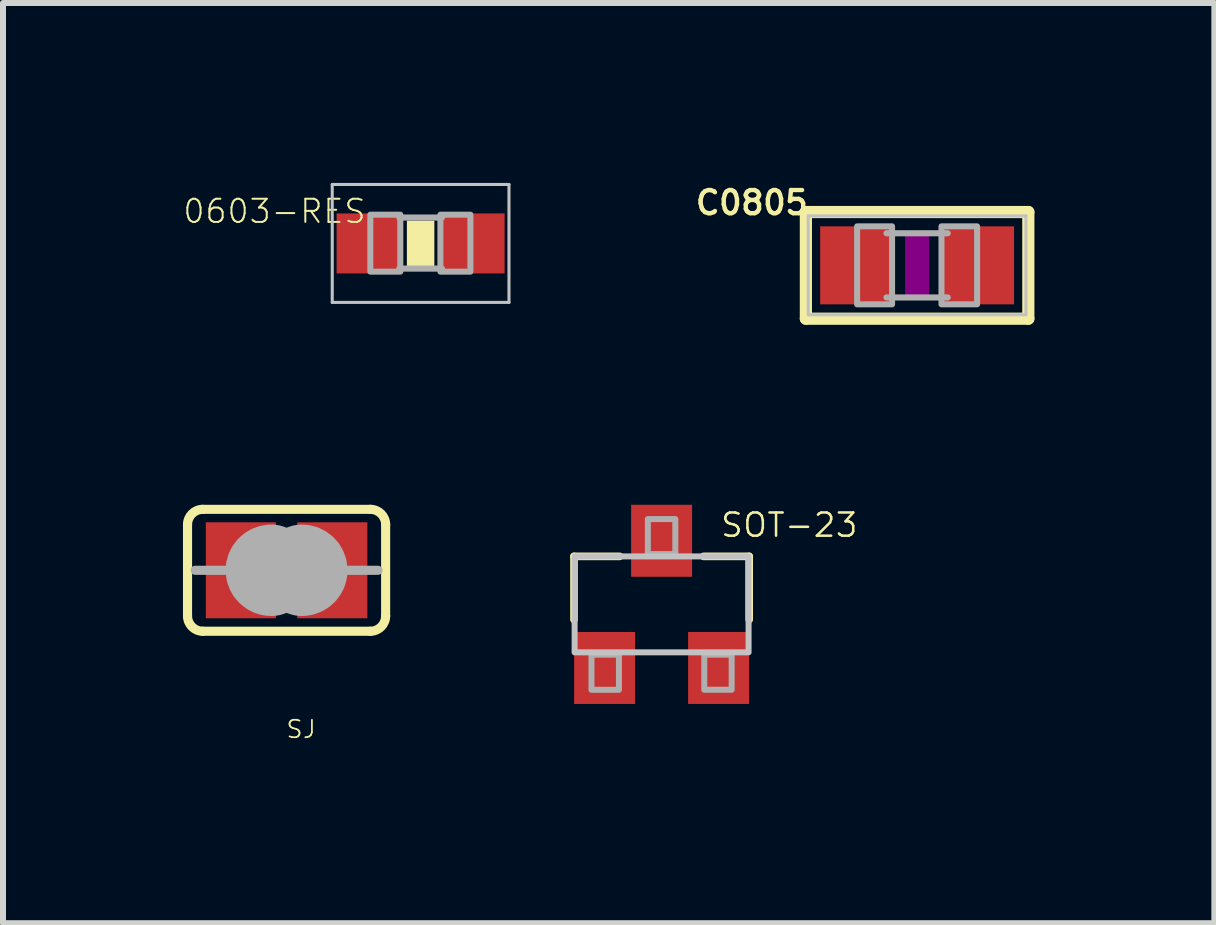
<source format=kicad_pcb>
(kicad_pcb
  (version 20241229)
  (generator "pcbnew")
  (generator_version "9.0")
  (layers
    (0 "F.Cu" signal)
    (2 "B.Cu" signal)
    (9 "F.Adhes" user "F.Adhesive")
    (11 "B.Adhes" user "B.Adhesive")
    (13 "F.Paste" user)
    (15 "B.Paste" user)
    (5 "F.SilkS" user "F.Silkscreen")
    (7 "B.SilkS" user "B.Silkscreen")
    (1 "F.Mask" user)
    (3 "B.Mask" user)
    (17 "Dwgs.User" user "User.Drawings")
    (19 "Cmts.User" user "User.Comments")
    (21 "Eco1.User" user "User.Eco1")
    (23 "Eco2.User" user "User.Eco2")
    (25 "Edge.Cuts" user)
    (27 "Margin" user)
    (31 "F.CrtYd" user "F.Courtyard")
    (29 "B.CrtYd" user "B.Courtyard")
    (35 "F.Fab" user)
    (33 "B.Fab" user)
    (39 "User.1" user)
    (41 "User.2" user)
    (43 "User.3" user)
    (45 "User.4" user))
  (footprint "SOT-23"
    (layer "F.Cu")
    (at 7.978 7.024)
    (property "Reference" "SOT-23" (at 0.961 -1.096 0) (layer "F.SilkS") (effects (font (size 0.386 0.386) (thickness 0.042)) (justify left bottom)))
    (attr through_hole)
    (fp_line (start -1.46 -0.8) (end -1.46 0.254) (stroke (width 0.127) (type solid)) (layer "F.SilkS"))
    (fp_line (start -0.699 -0.8) (end -1.46 -0.8) (stroke (width 0.127) (type solid)) (layer "F.SilkS"))
    (fp_line (start 1.46 -0.8) (end 0.699 -0.8) (stroke (width 0.127) (type solid)) (layer "F.SilkS"))
    (fp_line (start 1.46 0.254) (end 1.46 -0.8) (stroke (width 0.127) (type solid)) (layer "F.SilkS"))
    (fp_poly (pts (xy -1.45 0.8) (xy 1.45 0.8) (xy 1.45 -0.8) (xy -1.45 -0.8)) (stroke (width 0.1) (type solid)) (fill no) (layer "Dwgs.User"))
    (fp_poly (pts (xy -1.169 1.424) (xy -0.711 1.424) (xy -0.711 0.838) (xy -1.169 0.838)) (stroke (width 0.1) (type solid)) (fill no) (layer "F.Fab"))
    (fp_poly (pts (xy -0.229 -0.838) (xy 0.229 -0.838) (xy 0.229 -1.422) (xy -0.229 -1.422)) (stroke (width 0.1) (type solid)) (fill no) (layer "F.Fab"))
    (fp_poly (pts (xy 0.711 1.423) (xy 1.168 1.423) (xy 1.168 0.838) (xy 0.711 0.838)) (stroke (width 0.1) (type solid)) (fill no) (layer "F.Fab"))
    (pad "1" smd rect (at -0.95 1.06 180) (size 1.016 1.2) (layers "F.Cu" "F.Mask" "F.Paste"))
    (pad "2" smd rect (at 0.95 1.06) (size 1.016 1.2) (layers "F.Cu" "F.Mask" "F.Paste"))
    (pad "3" smd rect (at 0 -1.06) (size 1.016 1.2) (layers "F.Cu" "F.Mask" "F.Paste")))
  (footprint "SJ"
    (layer "F.Cu")
    (at 1.727 6.456)
    (property "Reference" "SJ" (at -0.025 2.819 0) (layer "F.SilkS") (effects (font (size 0.29 0.29) (thickness 0.029)) (justify left bottom)))
    (attr through_hole)
    (fp_poly (pts (xy -0.076 0.914) (xy 0.076 0.914) (xy 0.076 -0.914) (xy -0.076 -0.914)) (stroke (width 0) (type solid)) (fill yes) (layer "F.Mask"))
    (fp_line (start -1.651 0.762) (end -1.651 -0.762) (stroke (width 0.152) (type solid)) (layer "F.SilkS"))
    (fp_line (start -1.397 -1.016) (end 1.397 -1.016) (stroke (width 0.152) (type solid)) (layer "F.SilkS"))
    (fp_line (start 1.397 1.016) (end -1.397 1.016) (stroke (width 0.152) (type solid)) (layer "F.SilkS"))
    (fp_line (start 1.651 0.762) (end 1.651 -0.762) (stroke (width 0.152) (type solid)) (layer "F.SilkS"))
    (fp_arc (start -1.651 -0.762) (mid -1.576605 -0.941605) (end -1.397 -1.016) (stroke (width 0.1524) (type solid)) (layer "F.SilkS"))
    (fp_arc (start -1.397 1.016) (mid -1.576605 0.941605) (end -1.651 0.762) (stroke (width 0.1524) (type solid)) (layer "F.SilkS"))
    (fp_arc (start 1.397 -1.016) (mid 1.576605 -0.941605) (end 1.651 -0.762) (stroke (width 0.1524) (type solid)) (layer "F.SilkS"))
    (fp_arc (start 1.651 0.762) (mid 1.576605 0.941605) (end 1.397 1.016) (stroke (width 0.1524) (type solid)) (layer "F.SilkS"))
    (fp_line (start -1.016 0) (end -1.524 0) (stroke (width 0.152) (type solid)) (layer "F.Fab"))
    (fp_line (start 1.016 0) (end 1.524 0) (stroke (width 0.152) (type solid)) (layer "F.Fab"))
    (fp_arc (start -0.254 0.127) (mid -0.381 0) (end -0.254 -0.127) (stroke (width 1.27) (type solid)) (layer "F.Fab"))
    (fp_arc (start 0.254 -0.127) (mid 0.381 0) (end 0.254 0.127) (stroke (width 1.27) (type solid)) (layer "F.Fab"))
    (pad "1" smd rect (at -0.762 0) (size 1.168 1.6) (layers "F.Cu" "F.Mask" "F.Paste"))
    (pad "2" smd rect (at 0.762 0) (size 1.168 1.6) (layers "F.Cu" "F.Mask" "F.Paste")))
  (footprint "0603-RES"
    (layer "F.Cu")
    (at 3.961 1.008)
    (property "Reference" "0603-RES" (at -0.889 -0.762 0) (layer "F.SilkS") (effects (font (size 0.386 0.386) (thickness 0.033)) (justify right top)))
    (attr through_hole)
    (fp_poly (pts (xy -0.229 0.381) (xy 0.229 0.381) (xy 0.229 -0.381) (xy -0.229 -0.381)) (stroke (width 0) (type solid)) (fill yes) (layer "F.SilkS"))
    (fp_poly (pts (xy -0.2 0.3) (xy 0.2 0.3) (xy 0.2 -0.3) (xy -0.2 -0.3)) (stroke (width 0) (type solid)) (fill yes) (layer "F.Adhes"))
    (fp_line (start -1.473 -0.983) (end 1.473 -0.983) (stroke (width 0.051) (type solid)) (layer "Dwgs.User"))
    (fp_line (start -1.473 0.983) (end -1.473 -0.983) (stroke (width 0.051) (type solid)) (layer "Dwgs.User"))
    (fp_line (start 1.473 -0.983) (end 1.473 0.983) (stroke (width 0.051) (type solid)) (layer "Dwgs.User"))
    (fp_line (start 1.473 0.983) (end -1.473 0.983) (stroke (width 0.051) (type solid)) (layer "Dwgs.User"))
    (fp_line (start -0.356 -0.432) (end 0.356 -0.432) (stroke (width 0.102) (type solid)) (layer "F.Fab"))
    (fp_line (start -0.356 0.419) (end 0.356 0.419) (stroke (width 0.102) (type solid)) (layer "F.Fab"))
    (fp_poly (pts (xy -0.838 0.47) (xy -0.338 0.47) (xy -0.338 -0.48) (xy -0.838 -0.48)) (stroke (width 0.1) (type solid)) (fill no) (layer "F.Fab"))
    (fp_poly (pts (xy 0.33 0.47) (xy 0.83 0.47) (xy 0.83 -0.48) (xy 0.33 -0.48)) (stroke (width 0.1) (type solid)) (fill no) (layer "F.Fab"))
    (pad "1" smd rect (at -0.85 0) (size 1.1 1) (layers "F.Cu" "F.Mask" "F.Paste"))
    (pad "2" smd rect (at 0.85 0) (size 1.1 1) (layers "F.Cu" "F.Mask" "F.Paste")))
  (footprint "C0805"
    (layer "F.Cu")
    (at 12.237 1.373)
    (property "Reference" "C0805" (at -1.778 -1.27 0) (layer "F.SilkS") (effects (font (size 0.386 0.386) (thickness 0.073)) (justify right top)))
    (attr through_hole)
    (fp_line (start -1.854 -0.889) (end 1.854 -0.889) (stroke (width 0.203) (type solid)) (layer "F.SilkS"))
    (fp_line (start -1.854 0.889) (end -1.854 -0.889) (stroke (width 0.203) (type solid)) (layer "F.SilkS"))
    (fp_line (start 1.854 -0.889) (end 1.854 0.889) (stroke (width 0.203) (type solid)) (layer "F.SilkS"))
    (fp_line (start 1.854 0.889) (end -1.854 0.889) (stroke (width 0.203) (type solid)) (layer "F.SilkS"))
    (fp_poly (pts (xy -0.2 0.5) (xy 0.2 0.5) (xy 0.2 -0.5) (xy -0.2 -0.5)) (stroke (width 0) (type solid)) (fill yes) (layer "F.Adhes"))
    (fp_line (start -1.814 -0.824) (end 1.814 -0.824) (stroke (width 0.051) (type solid)) (layer "Dwgs.User"))
    (fp_line (start -1.814 0.824) (end -1.814 -0.824) (stroke (width 0.051) (type solid)) (layer "Dwgs.User"))
    (fp_line (start 1.814 -0.824) (end 1.814 0.824) (stroke (width 0.051) (type solid)) (layer "Dwgs.User"))
    (fp_line (start 1.814 0.824) (end -1.814 0.824) (stroke (width 0.051) (type solid)) (layer "Dwgs.User"))
    (fp_line (start -0.51 -0.535) (end 0.51 -0.535) (stroke (width 0.102) (type solid)) (layer "F.Fab"))
    (fp_line (start -0.51 0.535) (end 0.51 0.535) (stroke (width 0.102) (type solid)) (layer "F.Fab"))
    (fp_poly (pts (xy -1 0.65) (xy -0.417 0.65) (xy -0.417 -0.65) (xy -1 -0.65)) (stroke (width 0.1) (type solid)) (fill no) (layer "F.Fab"))
    (fp_poly (pts (xy 0.406 0.65) (xy 1 0.65) (xy 1 -0.65) (xy 0.406 -0.65)) (stroke (width 0.1) (type solid)) (fill no) (layer "F.Fab"))
    (pad "1" smd rect (at -1.016 0) (size 1.2 1.3) (layers "F.Cu" "F.Mask" "F.Paste"))
    (pad "2" smd rect (at 1.016 0) (size 1.2 1.3) (layers "F.Cu" "F.Mask" "F.Paste")))
  (gr_rect
    (start -3 -3)
    (end 17.192 12.339)
    (stroke (width 0.1) (type default))
    (fill no)
    (layer "Edge.Cuts")))
</source>
